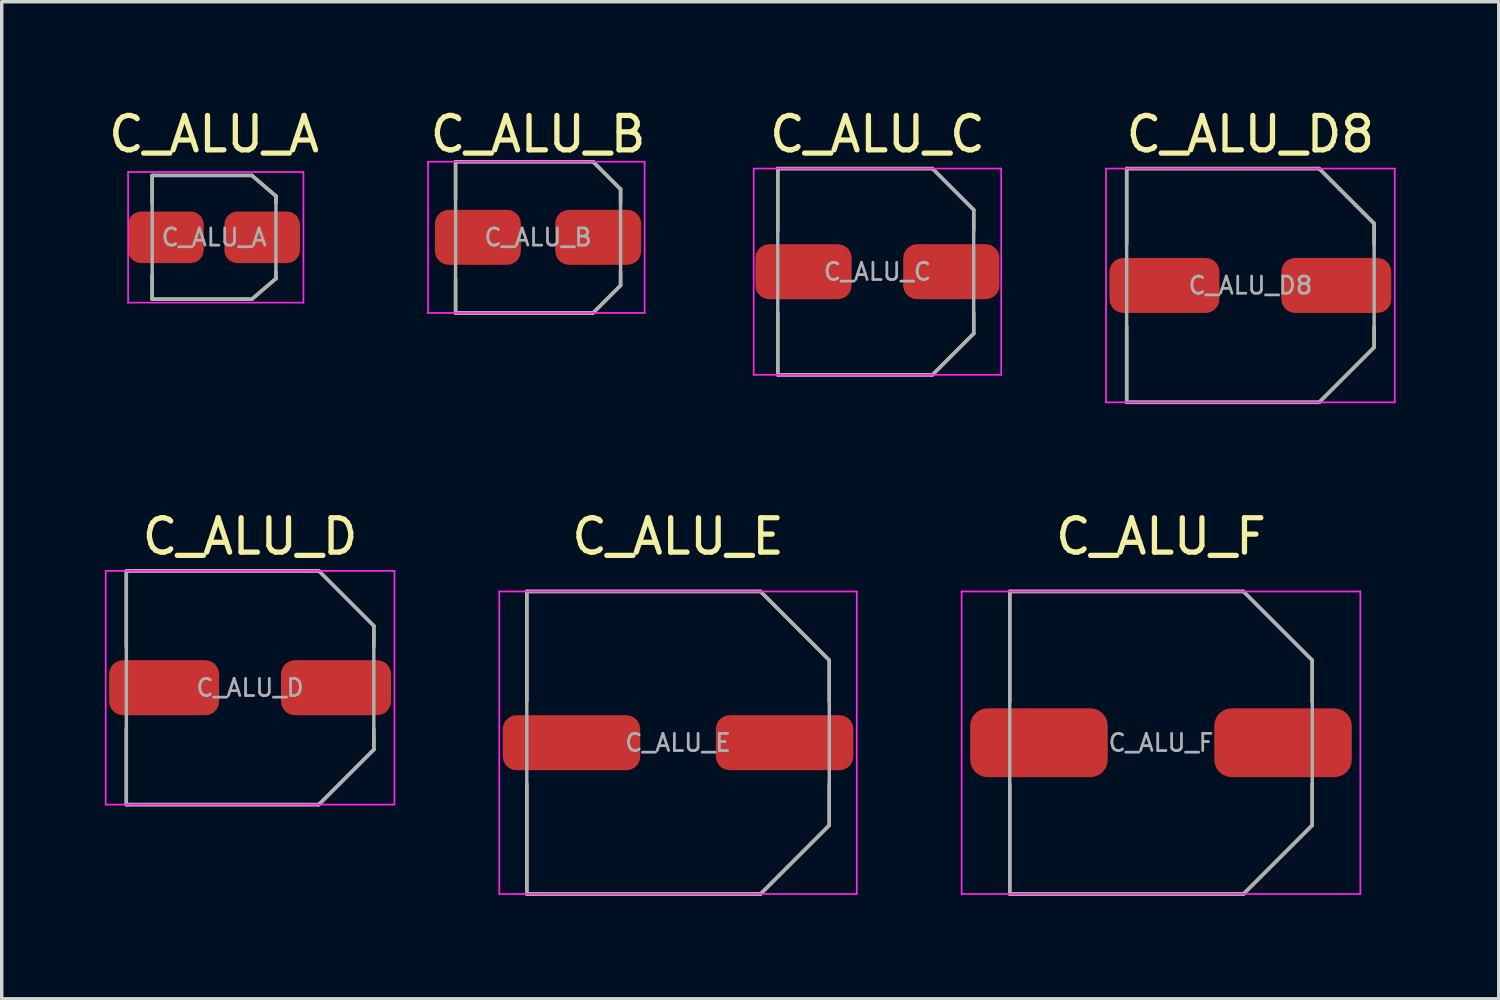
<source format=kicad_pcb>
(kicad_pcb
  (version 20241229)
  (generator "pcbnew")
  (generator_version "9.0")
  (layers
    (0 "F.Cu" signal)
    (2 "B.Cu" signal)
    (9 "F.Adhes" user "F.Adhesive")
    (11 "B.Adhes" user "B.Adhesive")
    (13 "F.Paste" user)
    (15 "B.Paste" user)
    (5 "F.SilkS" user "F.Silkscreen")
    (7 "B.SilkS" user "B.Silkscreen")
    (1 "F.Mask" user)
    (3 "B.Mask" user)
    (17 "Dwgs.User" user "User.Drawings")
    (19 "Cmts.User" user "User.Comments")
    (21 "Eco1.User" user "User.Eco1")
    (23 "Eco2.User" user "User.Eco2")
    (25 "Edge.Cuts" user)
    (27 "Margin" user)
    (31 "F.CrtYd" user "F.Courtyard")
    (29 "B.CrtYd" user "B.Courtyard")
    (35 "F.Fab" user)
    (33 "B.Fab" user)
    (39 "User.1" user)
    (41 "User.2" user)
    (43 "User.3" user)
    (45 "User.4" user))
  (footprint "C_ALU_C"
    (layer "F.Cu")
    (at 22.476 4.854)
    (property "Reference" "C_ALU_C" (at 0 -4 0) (layer "F.SilkS") (effects (font (size 1 1) (thickness 0.153))))
    (attr smd)
    (fp_line (start -2.9 -3) (end -2.9 -1.2) (stroke (width 0.1) (type default)) (layer "F.SilkS"))
    (fp_line (start -2.9 -3) (end 1.6 -3) (stroke (width 0.1) (type default)) (layer "F.SilkS"))
    (fp_line (start -2.9 1.2) (end -2.9 3) (stroke (width 0.1) (type default)) (layer "F.SilkS"))
    (fp_line (start -2.9 3) (end 1.6 3) (stroke (width 0.1) (type default)) (layer "F.SilkS"))
    (fp_line (start 1.6 3) (end 2.8 1.8) (stroke (width 0.1) (type default)) (layer "F.SilkS"))
    (fp_line (start 2.8 -1.8) (end 1.6 -3) (stroke (width 0.1) (type default)) (layer "F.SilkS"))
    (fp_line (start 2.8 -1.8) (end 2.8 -1.2) (stroke (width 0.1) (type default)) (layer "F.SilkS"))
    (fp_line (start 2.8 1.2) (end 2.8 1.8) (stroke (width 0.1) (type default)) (layer "F.SilkS"))
    (fp_line (start -3.6 -3) (end 3.6 -3) (stroke (width 0.05) (type default)) (layer "F.CrtYd"))
    (fp_line (start -3.6 3) (end -3.6 -3) (stroke (width 0.05) (type default)) (layer "F.CrtYd"))
    (fp_line (start 3.6 -3) (end 3.6 3) (stroke (width 0.05) (type default)) (layer "F.CrtYd"))
    (fp_line (start 3.6 3) (end -3.6 3) (stroke (width 0.05) (type default)) (layer "F.CrtYd"))
    (fp_line (start -2.9 -3) (end -2.9 3) (stroke (width 0.1) (type default)) (layer "F.Fab"))
    (fp_line (start 1.6 -3) (end -2.9 -3) (stroke (width 0.1) (type default)) (layer "F.Fab"))
    (fp_line (start 1.6 3) (end -2.9 3) (stroke (width 0.1) (type default)) (layer "F.Fab"))
    (fp_line (start 1.6 3) (end 2.8 1.8) (stroke (width 0.1) (type default)) (layer "F.Fab"))
    (fp_line (start 2.8 -1.8) (end 1.6 -3) (stroke (width 0.1) (type default)) (layer "F.Fab"))
    (fp_line (start 2.8 1.8) (end 2.8 -1.8) (stroke (width 0.1) (type default)) (layer "F.Fab"))
    (fp_text user "${REFERENCE}" (at 0 0 0) (layer "F.Fab") (effects (font (size 0.5 0.5) (thickness 0.08))))
    (pad "N" smd roundrect (at -2.15 0) (size 2.8 1.6) (layers "F.Cu" "F.Mask" "F.Paste") (roundrect_rratio 0.25))
    (pad "P" smd roundrect (at 2.15 0) (size 2.8 1.6) (layers "F.Cu" "F.Mask" "F.Paste") (roundrect_rratio 0.25)))
  (footprint "C_ALU_D8"
    (layer "F.Cu")
    (at 33.326 5.254)
    (property "Reference" "C_ALU_D8" (at 0 -4.4 0) (layer "F.SilkS") (effects (font (size 1 1) (thickness 0.153))))
    (attr smd)
    (fp_line (start -3.6 -3.4) (end -3.6 -1.2) (stroke (width 0.1) (type default)) (layer "F.SilkS"))
    (fp_line (start -3.6 -3.4) (end 2 -3.4) (stroke (width 0.1) (type default)) (layer "F.SilkS"))
    (fp_line (start -3.6 1.2) (end -3.6 3.4) (stroke (width 0.1) (type default)) (layer "F.SilkS"))
    (fp_line (start -3.6 3.4) (end 2 3.4) (stroke (width 0.1) (type default)) (layer "F.SilkS"))
    (fp_line (start 2 3.4) (end 3.6 1.8) (stroke (width 0.1) (type default)) (layer "F.SilkS"))
    (fp_line (start 3.6 -1.8) (end 2 -3.4) (stroke (width 0.1) (type default)) (layer "F.SilkS"))
    (fp_line (start 3.6 -1.8) (end 3.6 -1.2) (stroke (width 0.1) (type default)) (layer "F.SilkS"))
    (fp_line (start 3.6 1.2) (end 3.6 1.8) (stroke (width 0.1) (type default)) (layer "F.SilkS"))
    (fp_line (start -4.2 -3.4) (end 4.2 -3.4) (stroke (width 0.05) (type default)) (layer "F.CrtYd"))
    (fp_line (start -4.2 3.4) (end -4.2 -3.4) (stroke (width 0.05) (type default)) (layer "F.CrtYd"))
    (fp_line (start 4.2 -3.4) (end 4.2 3.4) (stroke (width 0.05) (type default)) (layer "F.CrtYd"))
    (fp_line (start 4.2 3.4) (end -4.2 3.4) (stroke (width 0.05) (type default)) (layer "F.CrtYd"))
    (fp_line (start -3.6 -3.4) (end -3.6 3.4) (stroke (width 0.1) (type default)) (layer "F.Fab"))
    (fp_line (start 2 -3.4) (end -3.6 -3.4) (stroke (width 0.1) (type default)) (layer "F.Fab"))
    (fp_line (start 2 3.4) (end -3.6 3.4) (stroke (width 0.1) (type default)) (layer "F.Fab"))
    (fp_line (start 2 3.4) (end 3.6 1.8) (stroke (width 0.1) (type default)) (layer "F.Fab"))
    (fp_line (start 3.6 -1.8) (end 2 -3.4) (stroke (width 0.1) (type default)) (layer "F.Fab"))
    (fp_line (start 3.6 1.8) (end 3.6 -1.8) (stroke (width 0.1) (type default)) (layer "F.Fab"))
    (fp_text user "${REFERENCE}" (at 0 0 0) (layer "F.Fab") (effects (font (size 0.5 0.5) (thickness 0.08))))
    (pad "N" smd roundrect (at -2.5 0) (size 3.2 1.6) (layers "F.Cu" "F.Mask" "F.Paste") (roundrect_rratio 0.25))
    (pad "P" smd roundrect (at 2.5 0) (size 3.2 1.6) (layers "F.Cu" "F.Mask" "F.Paste") (roundrect_rratio 0.25)))
  (footprint "C_ALU_F"
    (layer "F.Cu")
    (at 30.725 18.557)
    (property "Reference" "C_ALU_F" (at 0 -6 0) (layer "F.SilkS") (effects (font (size 1 1) (thickness 0.153))))
    (attr smd)
    (fp_line (start -4.4 -4.4) (end -4.4 -1.2) (stroke (width 0.1) (type default)) (layer "F.SilkS"))
    (fp_line (start -4.4 -4.4) (end 2.4 -4.4) (stroke (width 0.1) (type default)) (layer "F.SilkS"))
    (fp_line (start -4.4 1.2) (end -4.4 4.4) (stroke (width 0.1) (type default)) (layer "F.SilkS"))
    (fp_line (start -4.4 4.4) (end 2.4 4.4) (stroke (width 0.1) (type default)) (layer "F.SilkS"))
    (fp_line (start 2.4 4.4) (end 4.4 2.4) (stroke (width 0.1) (type default)) (layer "F.SilkS"))
    (fp_line (start 4.4 -2.4) (end 2.4 -4.4) (stroke (width 0.1) (type default)) (layer "F.SilkS"))
    (fp_line (start 4.4 -2.4) (end 4.4 -1.2) (stroke (width 0.1) (type default)) (layer "F.SilkS"))
    (fp_line (start 4.4 1.2) (end 4.4 2.4) (stroke (width 0.1) (type default)) (layer "F.SilkS"))
    (fp_line (start -5.8 -4.4) (end 5.8 -4.4) (stroke (width 0.05) (type default)) (layer "F.CrtYd"))
    (fp_line (start -5.8 4.4) (end -5.8 -4.4) (stroke (width 0.05) (type default)) (layer "F.CrtYd"))
    (fp_line (start 5.8 -4.4) (end 5.8 4.4) (stroke (width 0.05) (type default)) (layer "F.CrtYd"))
    (fp_line (start 5.8 4.4) (end -5.8 4.4) (stroke (width 0.05) (type default)) (layer "F.CrtYd"))
    (fp_line (start -4.4 -4.4) (end -4.4 4.4) (stroke (width 0.1) (type default)) (layer "F.Fab"))
    (fp_line (start 2.4 -4.4) (end -4.4 -4.4) (stroke (width 0.1) (type default)) (layer "F.Fab"))
    (fp_line (start 2.4 4.4) (end -4.4 4.4) (stroke (width 0.1) (type default)) (layer "F.Fab"))
    (fp_line (start 2.4 4.4) (end 4.4 2.4) (stroke (width 0.1) (type default)) (layer "F.Fab"))
    (fp_line (start 4.4 -2.4) (end 2.4 -4.4) (stroke (width 0.1) (type default)) (layer "F.Fab"))
    (fp_line (start 4.4 2.4) (end 4.4 -2.4) (stroke (width 0.1) (type default)) (layer "F.Fab"))
    (fp_text user "${REFERENCE}" (at 0 0 0) (layer "F.Fab") (effects (font (size 0.5 0.5) (thickness 0.08))))
    (pad "N" smd roundrect (at -3.55 0) (size 4 2) (layers "F.Cu" "F.Mask" "F.Paste") (roundrect_rratio 0.25))
    (pad "P" smd roundrect (at 3.55 0) (size 4 2) (layers "F.Cu" "F.Mask" "F.Paste") (roundrect_rratio 0.25)))
  (footprint "C_ALU_A"
    (layer "F.Cu")
    (at 3.177 3.854)
    (property "Reference" "C_ALU_A" (at 0 -3 0) (layer "F.SilkS") (effects (font (size 1 1) (thickness 0.153))))
    (attr smd)
    (fp_line (start -1.8 -1.8) (end -1.8 -1) (stroke (width 0.1) (type default)) (layer "F.SilkS"))
    (fp_line (start -1.8 -1.8) (end 1.1 -1.8) (stroke (width 0.1) (type default)) (layer "F.SilkS"))
    (fp_line (start -1.8 1.1) (end -1.8 1.8) (stroke (width 0.1) (type default)) (layer "F.SilkS"))
    (fp_line (start -1.8 1.8) (end 1.1 1.8) (stroke (width 0.1) (type default)) (layer "F.SilkS"))
    (fp_line (start 1.1 1.8) (end 1.8 1.2) (stroke (width 0.1) (type default)) (layer "F.SilkS"))
    (fp_line (start 1.8 -1.2) (end 1.1 -1.8) (stroke (width 0.1) (type default)) (layer "F.SilkS"))
    (fp_line (start 1.8 -1.2) (end 1.8 -1) (stroke (width 0.1) (type default)) (layer "F.SilkS"))
    (fp_line (start 1.8 1) (end 1.8 1.2) (stroke (width 0.1) (type default)) (layer "F.SilkS"))
    (fp_line (start -2.5 -1.9) (end 2.6 -1.9) (stroke (width 0.05) (type default)) (layer "F.CrtYd"))
    (fp_line (start -2.5 1.9) (end -2.5 -1.9) (stroke (width 0.05) (type default)) (layer "F.CrtYd"))
    (fp_line (start 2.6 -1.9) (end 2.6 1.9) (stroke (width 0.05) (type default)) (layer "F.CrtYd"))
    (fp_line (start 2.6 1.9) (end -2.5 1.9) (stroke (width 0.05) (type default)) (layer "F.CrtYd"))
    (fp_line (start -1.8 -1.8) (end -1.8 1.8) (stroke (width 0.1) (type default)) (layer "F.Fab"))
    (fp_line (start 1.1 -1.8) (end -1.8 -1.8) (stroke (width 0.1) (type default)) (layer "F.Fab"))
    (fp_line (start 1.1 1.8) (end -1.8 1.8) (stroke (width 0.1) (type default)) (layer "F.Fab"))
    (fp_line (start 1.1 1.8) (end 1.8 1.2) (stroke (width 0.1) (type default)) (layer "F.Fab"))
    (fp_line (start 1.8 -1.2) (end 1.1 -1.8) (stroke (width 0.1) (type default)) (layer "F.Fab"))
    (fp_line (start 1.8 1.2) (end 1.8 -1.2) (stroke (width 0.1) (type default)) (layer "F.Fab"))
    (fp_text user "${REFERENCE}" (at 0 0 0) (layer "F.Fab") (effects (font (size 0.5 0.5) (thickness 0.08))))
    (pad "N" smd roundrect (at -1.4 0) (size 2.2 1.5) (layers "F.Cu" "F.Mask" "F.Paste") (roundrect_rratio 0.25))
    (pad "P" smd roundrect (at 1.4 0) (size 2.2 1.5) (layers "F.Cu" "F.Mask" "F.Paste") (roundrect_rratio 0.25)))
  (footprint "C_ALU_B"
    (layer "F.Cu")
    (at 12.603 3.854)
    (property "Reference" "C_ALU_B" (at 0 -3 0) (layer "F.SilkS") (effects (font (size 1 1) (thickness 0.153))))
    (attr smd)
    (fp_line (start -2.4 -2.2) (end -2.4 -1.1) (stroke (width 0.1) (type default)) (layer "F.SilkS"))
    (fp_line (start -2.4 -2.2) (end 1.6 -2.2) (stroke (width 0.1) (type default)) (layer "F.SilkS"))
    (fp_line (start -2.4 1.2) (end -2.4 2.2) (stroke (width 0.1) (type default)) (layer "F.SilkS"))
    (fp_line (start -2.4 2.2) (end 1.6 2.2) (stroke (width 0.1) (type default)) (layer "F.SilkS"))
    (fp_line (start 1.6 2.2) (end 2.4 1.4) (stroke (width 0.1) (type default)) (layer "F.SilkS"))
    (fp_line (start 2.4 -1.4) (end 1.6 -2.2) (stroke (width 0.1) (type default)) (layer "F.SilkS"))
    (fp_line (start 2.4 -1.4) (end 2.4 -1) (stroke (width 0.1) (type default)) (layer "F.SilkS"))
    (fp_line (start 2.4 1) (end 2.4 1.4) (stroke (width 0.1) (type default)) (layer "F.SilkS"))
    (fp_line (start -3.2 -2.2) (end 3.1 -2.2) (stroke (width 0.05) (type default)) (layer "F.CrtYd"))
    (fp_line (start -3.2 2.2) (end -3.2 -2.2) (stroke (width 0.05) (type default)) (layer "F.CrtYd"))
    (fp_line (start 3.1 -2.2) (end 3.1 2.2) (stroke (width 0.05) (type default)) (layer "F.CrtYd"))
    (fp_line (start 3.1 2.2) (end -3.2 2.2) (stroke (width 0.05) (type default)) (layer "F.CrtYd"))
    (fp_line (start -2.4 -2.2) (end -2.4 2.2) (stroke (width 0.1) (type default)) (layer "F.Fab"))
    (fp_line (start 1.6 -2.2) (end -2.4 -2.2) (stroke (width 0.1) (type default)) (layer "F.Fab"))
    (fp_line (start 1.6 2.2) (end -2.4 2.2) (stroke (width 0.1) (type default)) (layer "F.Fab"))
    (fp_line (start 1.6 2.2) (end 2.4 1.4) (stroke (width 0.1) (type default)) (layer "F.Fab"))
    (fp_line (start 2.4 -1.4) (end 1.6 -2.2) (stroke (width 0.1) (type default)) (layer "F.Fab"))
    (fp_line (start 2.4 1.4) (end 2.4 -1.4) (stroke (width 0.1) (type default)) (layer "F.Fab"))
    (fp_text user "${REFERENCE}" (at 0 0 0) (layer "F.Fab") (effects (font (size 0.5 0.5) (thickness 0.08))))
    (pad "N" smd roundrect (at -1.75 0) (size 2.5 1.6) (layers "F.Cu" "F.Mask" "F.Paste") (roundrect_rratio 0.25))
    (pad "P" smd roundrect (at 1.75 0) (size 2.5 1.6) (layers "F.Cu" "F.Mask" "F.Paste") (roundrect_rratio 0.25)))
  (footprint "C_ALU_E"
    (layer "F.Cu")
    (at 16.675 18.557)
    (property "Reference" "C_ALU_E" (at 0 -6 0) (layer "F.SilkS") (effects (font (size 1 1) (thickness 0.153))))
    (attr smd)
    (fp_line (start -4.4 -4.4) (end -4.4 -1.2) (stroke (width 0.1) (type default)) (layer "F.SilkS"))
    (fp_line (start -4.4 -4.4) (end 2.4 -4.4) (stroke (width 0.1) (type default)) (layer "F.SilkS"))
    (fp_line (start -4.4 1.2) (end -4.4 4.4) (stroke (width 0.1) (type default)) (layer "F.SilkS"))
    (fp_line (start -4.4 4.4) (end 2.4 4.4) (stroke (width 0.1) (type default)) (layer "F.SilkS"))
    (fp_line (start 2.4 4.4) (end 4.4 2.4) (stroke (width 0.1) (type default)) (layer "F.SilkS"))
    (fp_line (start 4.4 -2.4) (end 2.4 -4.4) (stroke (width 0.1) (type default)) (layer "F.SilkS"))
    (fp_line (start 4.4 -2.4) (end 4.4 -1.2) (stroke (width 0.1) (type default)) (layer "F.SilkS"))
    (fp_line (start 4.4 1.2) (end 4.4 2.4) (stroke (width 0.1) (type default)) (layer "F.SilkS"))
    (fp_line (start -5.2 -4.4) (end 5.2 -4.4) (stroke (width 0.05) (type default)) (layer "F.CrtYd"))
    (fp_line (start -5.2 4.4) (end -5.2 -4.4) (stroke (width 0.05) (type default)) (layer "F.CrtYd"))
    (fp_line (start 5.2 -4.4) (end 5.2 4.4) (stroke (width 0.05) (type default)) (layer "F.CrtYd"))
    (fp_line (start 5.2 4.4) (end -5.2 4.4) (stroke (width 0.05) (type default)) (layer "F.CrtYd"))
    (fp_line (start -4.4 -4.4) (end -4.4 4.4) (stroke (width 0.1) (type default)) (layer "F.Fab"))
    (fp_line (start 2.4 -4.4) (end -4.4 -4.4) (stroke (width 0.1) (type default)) (layer "F.Fab"))
    (fp_line (start 2.4 4.4) (end -4.4 4.4) (stroke (width 0.1) (type default)) (layer "F.Fab"))
    (fp_line (start 2.4 4.4) (end 4.4 2.4) (stroke (width 0.1) (type default)) (layer "F.Fab"))
    (fp_line (start 4.4 -2.4) (end 2.4 -4.4) (stroke (width 0.1) (type default)) (layer "F.Fab"))
    (fp_line (start 4.4 2.4) (end 4.4 -2.4) (stroke (width 0.1) (type default)) (layer "F.Fab"))
    (fp_text user "${REFERENCE}" (at 0 0 0) (layer "F.Fab") (effects (font (size 0.5 0.5) (thickness 0.08))))
    (pad "N" smd roundrect (at -3.1 0) (size 4 1.6) (layers "F.Cu" "F.Mask" "F.Paste") (roundrect_rratio 0.25))
    (pad "P" smd roundrect (at 3.1 0) (size 4 1.6) (layers "F.Cu" "F.Mask" "F.Paste") (roundrect_rratio 0.25)))
  (footprint "C_ALU_D"
    (layer "F.Cu")
    (at 4.225 16.957)
    (property "Reference" "C_ALU_D" (at 0 -4.4 0) (layer "F.SilkS") (effects (font (size 1 1) (thickness 0.153))))
    (attr smd)
    (fp_line (start -3.6 -3.4) (end -3.6 -1.2) (stroke (width 0.1) (type default)) (layer "F.SilkS"))
    (fp_line (start -3.6 -3.4) (end 2 -3.4) (stroke (width 0.1) (type default)) (layer "F.SilkS"))
    (fp_line (start -3.6 1.2) (end -3.6 3.4) (stroke (width 0.1) (type default)) (layer "F.SilkS"))
    (fp_line (start -3.6 3.4) (end 2 3.4) (stroke (width 0.1) (type default)) (layer "F.SilkS"))
    (fp_line (start 2 3.4) (end 3.6 1.8) (stroke (width 0.1) (type default)) (layer "F.SilkS"))
    (fp_line (start 3.6 -1.8) (end 2 -3.4) (stroke (width 0.1) (type default)) (layer "F.SilkS"))
    (fp_line (start 3.6 -1.8) (end 3.6 -1.2) (stroke (width 0.1) (type default)) (layer "F.SilkS"))
    (fp_line (start 3.6 1.2) (end 3.6 1.8) (stroke (width 0.1) (type default)) (layer "F.SilkS"))
    (fp_line (start -4.2 -3.4) (end 4.2 -3.4) (stroke (width 0.05) (type default)) (layer "F.CrtYd"))
    (fp_line (start -4.2 3.4) (end -4.2 -3.4) (stroke (width 0.05) (type default)) (layer "F.CrtYd"))
    (fp_line (start 4.2 -3.4) (end 4.2 3.4) (stroke (width 0.05) (type default)) (layer "F.CrtYd"))
    (fp_line (start 4.2 3.4) (end -4.2 3.4) (stroke (width 0.05) (type default)) (layer "F.CrtYd"))
    (fp_line (start -3.6 -3.4) (end -3.6 3.4) (stroke (width 0.1) (type default)) (layer "F.Fab"))
    (fp_line (start 2 -3.4) (end -3.6 -3.4) (stroke (width 0.1) (type default)) (layer "F.Fab"))
    (fp_line (start 2 3.4) (end -3.6 3.4) (stroke (width 0.1) (type default)) (layer "F.Fab"))
    (fp_line (start 2 3.4) (end 3.6 1.8) (stroke (width 0.1) (type default)) (layer "F.Fab"))
    (fp_line (start 3.6 -1.8) (end 2 -3.4) (stroke (width 0.1) (type default)) (layer "F.Fab"))
    (fp_line (start 3.6 1.8) (end 3.6 -1.8) (stroke (width 0.1) (type default)) (layer "F.Fab"))
    (fp_text user "${REFERENCE}" (at 0 0 0) (layer "F.Fab") (effects (font (size 0.5 0.5) (thickness 0.08))))
    (pad "N" smd roundrect (at -2.5 0) (size 3.2 1.6) (layers "F.Cu" "F.Mask" "F.Paste") (roundrect_rratio 0.25))
    (pad "P" smd roundrect (at 2.5 0) (size 3.2 1.6) (layers "F.Cu" "F.Mask" "F.Paste") (roundrect_rratio 0.25)))
  (gr_rect
    (start -3 -3)
    (end 40.551 26.007)
    (stroke (width 0.1) (type default))
    (fill no)
    (layer "Edge.Cuts")))
</source>
